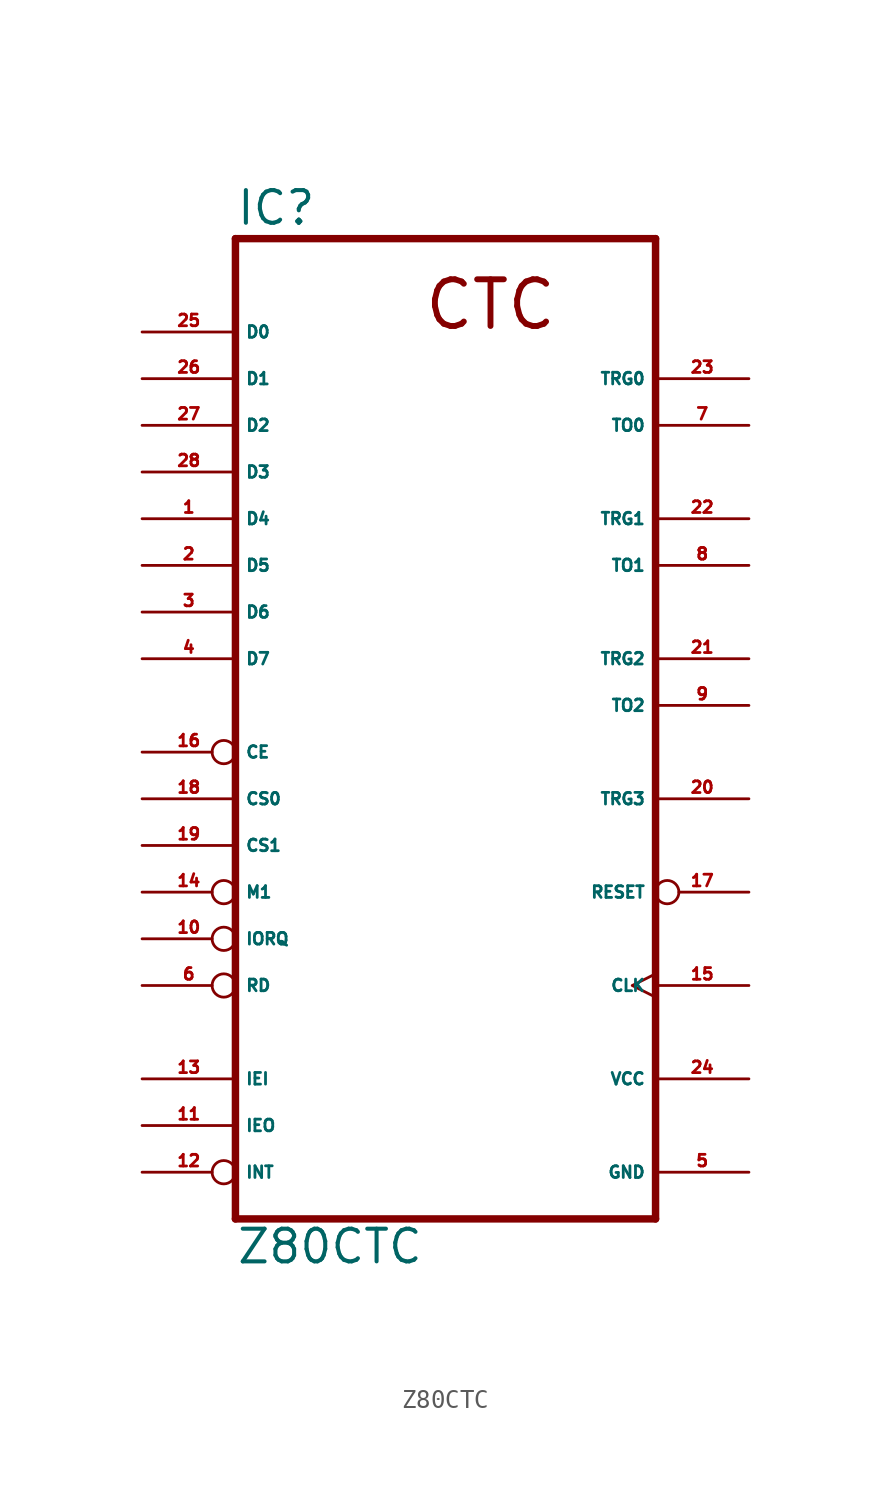
<source format=kicad_sym>
(kicad_symbol_lib
  (version 20220914)
  (generator Eagle2Kicad)
  (symbol "Z80CTC"
    (property "Reference" "IC"
      (at -12.7 26.035 0)
      (effects (font (size 1.778 1.778) (thickness 0.22)) (justify left bottom)))
    (property "Value" "Z80CTC"
      (at -12.7 -30.48 0)
      (effects (font (size 1.778 1.778) (thickness 0.22)) (justify left bottom)))
    (polyline
      (pts (xy -12.7 -27.94) (xy 10.16 -27.94))
      (stroke (width 0.406) (type default))
      (fill (type none)))
    (polyline
      (pts (xy 10.16 -27.94) (xy 10.16 25.4))
      (stroke (width 0.406) (type default))
      (fill (type none)))
    (polyline
      (pts (xy -12.7 25.4) (xy 10.16 25.4))
      (stroke (width 0.406) (type default))
      (fill (type none)))
    (polyline
      (pts (xy -12.7 25.4) (xy -12.7 -27.94))
      (stroke (width 0.406) (type default))
      (fill (type none)))
    (text "CTC"
      (at -2.54 20.32 0)
      (effects (font (size 2.54 2.54) (thickness 0.32)) (justify left bottom)))
    (pin bidirectional line
      (at -17.78 20.32 0)
      (length 5.08)
      (name "D0" (effects (font (size 0.635 0.635) (thickness 0.08)) (justify left bottom)))
      (number "25" (effects (font (size 0.635 0.635) (thickness 0.08)) (justify left bottom))))
    (pin bidirectional line
      (at -17.78 17.78 0)
      (length 5.08)
      (name "D1" (effects (font (size 0.635 0.635) (thickness 0.08)) (justify left bottom)))
      (number "26" (effects (font (size 0.635 0.635) (thickness 0.08)) (justify left bottom))))
    (pin bidirectional line
      (at -17.78 15.24 0)
      (length 5.08)
      (name "D2" (effects (font (size 0.635 0.635) (thickness 0.08)) (justify left bottom)))
      (number "27" (effects (font (size 0.635 0.635) (thickness 0.08)) (justify left bottom))))
    (pin bidirectional line
      (at -17.78 12.7 0)
      (length 5.08)
      (name "D3" (effects (font (size 0.635 0.635) (thickness 0.08)) (justify left bottom)))
      (number "28" (effects (font (size 0.635 0.635) (thickness 0.08)) (justify left bottom))))
    (pin bidirectional line
      (at -17.78 10.16 0)
      (length 5.08)
      (name "D4" (effects (font (size 0.635 0.635) (thickness 0.08)) (justify left bottom)))
      (number "1" (effects (font (size 0.635 0.635) (thickness 0.08)) (justify left bottom))))
    (pin bidirectional line
      (at -17.78 7.62 0)
      (length 5.08)
      (name "D5" (effects (font (size 0.635 0.635) (thickness 0.08)) (justify left bottom)))
      (number "2" (effects (font (size 0.635 0.635) (thickness 0.08)) (justify left bottom))))
    (pin bidirectional line
      (at -17.78 5.08 0)
      (length 5.08)
      (name "D6" (effects (font (size 0.635 0.635) (thickness 0.08)) (justify left bottom)))
      (number "3" (effects (font (size 0.635 0.635) (thickness 0.08)) (justify left bottom))))
    (pin bidirectional line
      (at -17.78 2.54 0)
      (length 5.08)
      (name "D7" (effects (font (size 0.635 0.635) (thickness 0.08)) (justify left bottom)))
      (number "4" (effects (font (size 0.635 0.635) (thickness 0.08)) (justify left bottom))))
    (pin input inverted
      (at -17.78 -2.54 0)
      (length 5.08)
      (name "CE" (effects (font (size 0.635 0.635) (thickness 0.08)) (justify left bottom)))
      (number "16" (effects (font (size 0.635 0.635) (thickness 0.08)) (justify left bottom))))
    (pin input line
      (at -17.78 -5.08 0)
      (length 5.08)
      (name "CS0" (effects (font (size 0.635 0.635) (thickness 0.08)) (justify left bottom)))
      (number "18" (effects (font (size 0.635 0.635) (thickness 0.08)) (justify left bottom))))
    (pin input line
      (at -17.78 -7.62 0)
      (length 5.08)
      (name "CS1" (effects (font (size 0.635 0.635) (thickness 0.08)) (justify left bottom)))
      (number "19" (effects (font (size 0.635 0.635) (thickness 0.08)) (justify left bottom))))
    (pin input inverted
      (at -17.78 -10.16 0)
      (length 5.08)
      (name "M1" (effects (font (size 0.635 0.635) (thickness 0.08)) (justify left bottom)))
      (number "14" (effects (font (size 0.635 0.635) (thickness 0.08)) (justify left bottom))))
    (pin input inverted
      (at -17.78 -12.7 0)
      (length 5.08)
      (name "IORQ" (effects (font (size 0.635 0.635) (thickness 0.08)) (justify left bottom)))
      (number "10" (effects (font (size 0.635 0.635) (thickness 0.08)) (justify left bottom))))
    (pin input inverted
      (at -17.78 -15.24 0)
      (length 5.08)
      (name "RD" (effects (font (size 0.635 0.635) (thickness 0.08)) (justify left bottom)))
      (number "6" (effects (font (size 0.635 0.635) (thickness 0.08)) (justify left bottom))))
    (pin input line
      (at -17.78 -20.32 0)
      (length 5.08)
      (name "IEI" (effects (font (size 0.635 0.635) (thickness 0.08)) (justify left bottom)))
      (number "13" (effects (font (size 0.635 0.635) (thickness 0.08)) (justify left bottom))))
    (pin output line
      (at -17.78 -22.86 0)
      (length 5.08)
      (name "IEO" (effects (font (size 0.635 0.635) (thickness 0.08)) (justify left bottom)))
      (number "11" (effects (font (size 0.635 0.635) (thickness 0.08)) (justify left bottom))))
    (pin output inverted
      (at -17.78 -25.4 0)
      (length 5.08)
      (name "INT" (effects (font (size 0.635 0.635) (thickness 0.08)) (justify left bottom)))
      (number "12" (effects (font (size 0.635 0.635) (thickness 0.08)) (justify left bottom))))
    (pin input clock
      (at 15.24 -15.24 180)
      (length 5.08)
      (name "CLK" (effects (font (size 0.635 0.635) (thickness 0.08)) (justify left bottom)))
      (number "15" (effects (font (size 0.635 0.635) (thickness 0.08)) (justify left bottom))))
    (pin unspecified line
      (at 15.24 -25.4 180)
      (length 5.08)
      (name "GND" (effects (font (size 0.635 0.635) (thickness 0.08)) (justify left bottom)))
      (number "5" (effects (font (size 0.635 0.635) (thickness 0.08)) (justify left bottom))))
    (pin unspecified line
      (at 15.24 -20.32 180)
      (length 5.08)
      (name "VCC" (effects (font (size 0.635 0.635) (thickness 0.08)) (justify left bottom)))
      (number "24" (effects (font (size 0.635 0.635) (thickness 0.08)) (justify left bottom))))
    (pin input inverted
      (at 15.24 -10.16 180)
      (length 5.08)
      (name "RESET" (effects (font (size 0.635 0.635) (thickness 0.08)) (justify left bottom)))
      (number "17" (effects (font (size 0.635 0.635) (thickness 0.08)) (justify left bottom))))
    (pin input line
      (at 15.24 17.78 180)
      (length 5.08)
      (name "TRG0" (effects (font (size 0.635 0.635) (thickness 0.08)) (justify left bottom)))
      (number "23" (effects (font (size 0.635 0.635) (thickness 0.08)) (justify left bottom))))
    (pin input line
      (at 15.24 10.16 180)
      (length 5.08)
      (name "TRG1" (effects (font (size 0.635 0.635) (thickness 0.08)) (justify left bottom)))
      (number "22" (effects (font (size 0.635 0.635) (thickness 0.08)) (justify left bottom))))
    (pin input line
      (at 15.24 2.54 180)
      (length 5.08)
      (name "TRG2" (effects (font (size 0.635 0.635) (thickness 0.08)) (justify left bottom)))
      (number "21" (effects (font (size 0.635 0.635) (thickness 0.08)) (justify left bottom))))
    (pin output line
      (at 15.24 15.24 180)
      (length 5.08)
      (name "TO0" (effects (font (size 0.635 0.635) (thickness 0.08)) (justify left bottom)))
      (number "7" (effects (font (size 0.635 0.635) (thickness 0.08)) (justify left bottom))))
    (pin output line
      (at 15.24 7.62 180)
      (length 5.08)
      (name "TO1" (effects (font (size 0.635 0.635) (thickness 0.08)) (justify left bottom)))
      (number "8" (effects (font (size 0.635 0.635) (thickness 0.08)) (justify left bottom))))
    (pin output line
      (at 15.24 0 180)
      (length 5.08)
      (name "TO2" (effects (font (size 0.635 0.635) (thickness 0.08)) (justify left bottom)))
      (number "9" (effects (font (size 0.635 0.635) (thickness 0.08)) (justify left bottom))))
    (pin input line
      (at 15.24 -5.08 180)
      (length 5.08)
      (name "TRG3" (effects (font (size 0.635 0.635) (thickness 0.08)) (justify left bottom)))
      (number "20" (effects (font (size 0.635 0.635) (thickness 0.08)) (justify left bottom))))))
</source>
